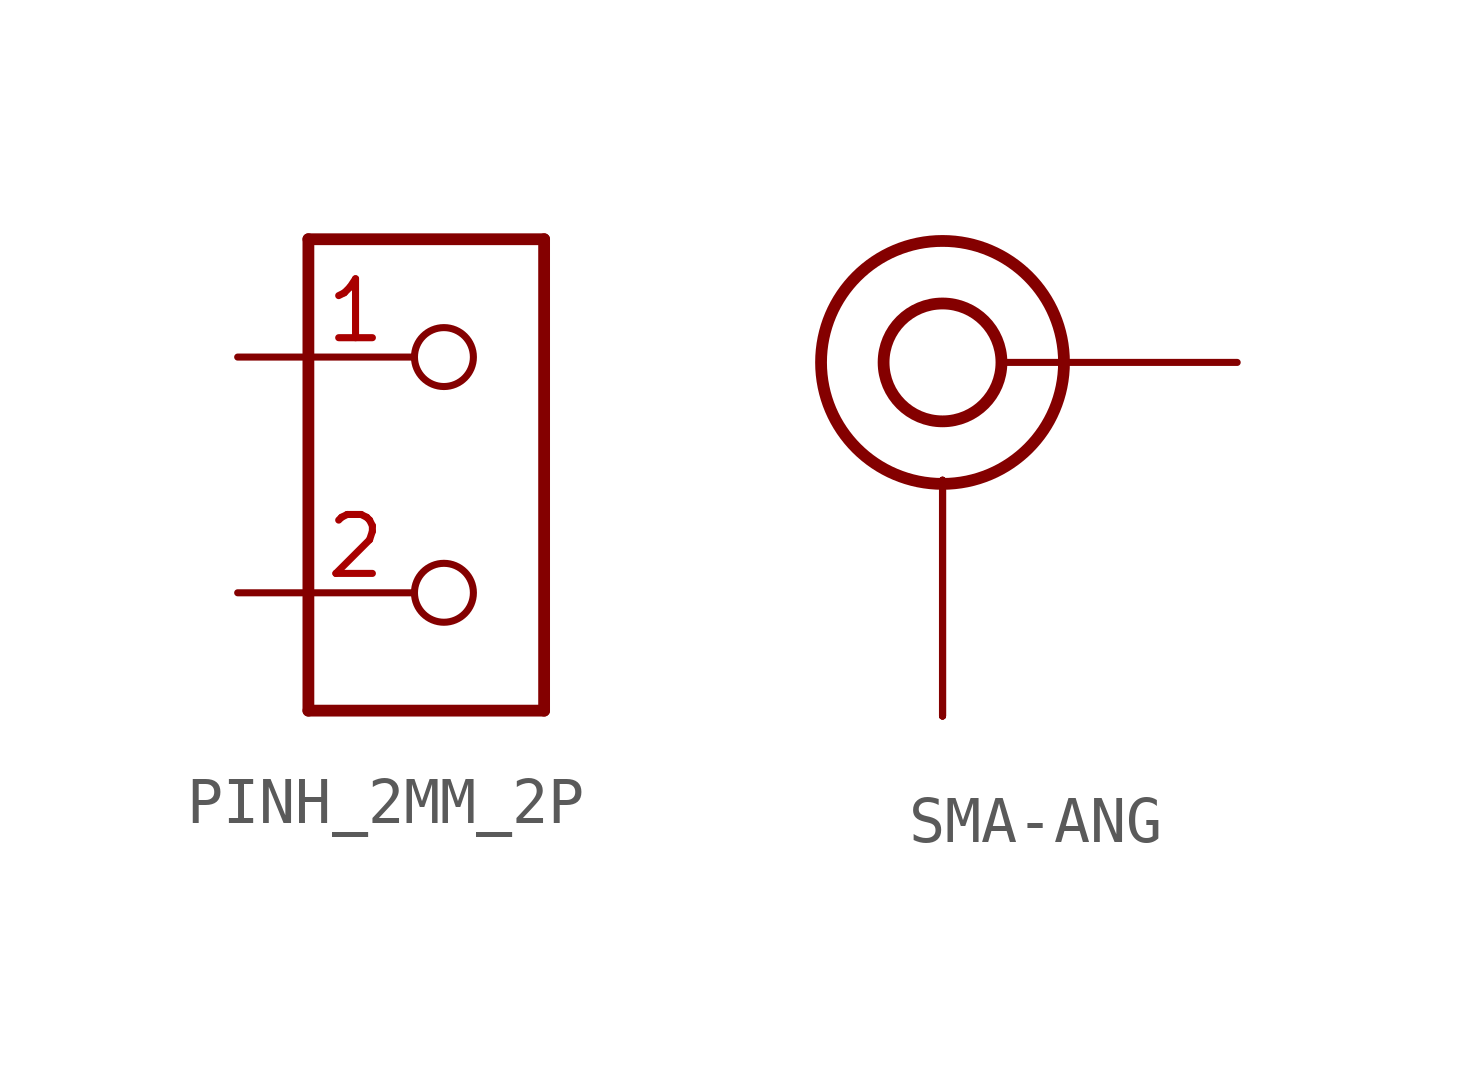
<source format=kicad_sym>
(kicad_symbol_lib
  (version 20231120)
  (generator "kicad_symbol_editor")
  (generator_version "8.0")
  (symbol "PINH_2MM_2P"
    (property "Reference" ""
      (at -3.81 7.62 0)
      (effects (font (size 1.778 1.511)) (justify left bottom) (hide yes)))
    (property "ki_locked" ""
      (at 0 0 0)
      (effects (font (size 1.27 1.27))))
    (symbol "PINH_2MM_2P_1_0"
      (polyline (pts (xy -2.54 -5.08) (xy -2.54 5.08)) (stroke (width 0.254) (type solid)) (fill (type none)))
      (polyline (pts (xy -2.54 5.08) (xy 2.54 5.08)) (stroke (width 0.254) (type solid)) (fill (type none)))
      (polyline (pts (xy 2.54 -5.08) (xy -2.54 -5.08)) (stroke (width 0.254) (type solid)) (fill (type none)))
      (polyline (pts (xy 2.54 5.08) (xy 2.54 -5.08)) (stroke (width 0.254) (type solid)) (fill (type none)))
      (pin bidirectional inverted (at -4.064 2.54 0) (length 5.08) (name "P1" (effects (font (size 0 0)))) (number "1" (effects (font (size 1.27 1.27)))))
      (pin bidirectional inverted (at -4.064 -2.54 0) (length 5.08) (name "P2" (effects (font (size 0 0)))) (number "2" (effects (font (size 1.27 1.27)))))))
  (symbol "SMA-ANG"
    (property "Reference" ""
      (at -3.81 3.81 0)
      (effects (font (size 1.778 1.511)) (justify left bottom) (hide yes)))
    (property "ki_locked" ""
      (at 0 0 0)
      (effects (font (size 1.27 1.27))))
    (symbol "SMA-ANG_1_0"
      (circle (center 0 0) (radius 1.27) (stroke (width 0.254) (type solid)) (fill (type none)))
      (circle (center 0 0) (radius 2.618) (stroke (width 0.254) (type solid)) (fill (type none)))
      (pin passive line (at 6.35 0 180) (length 5.08) (name "RF" (effects (font (size 0 0)))) (number "P1" (effects (font (size 0 0)))))
      (pin passive line (at 0 -7.62 90) (length 5.08) (name "GND" (effects (font (size 0 0)))) (number "P2" (effects (font (size 0 0)))))
      (pin passive line (at 0 -7.62 90) (length 5.08) (name "GND" (effects (font (size 0 0)))) (number "P3" (effects (font (size 0 0)))))
      (pin passive line (at 0 -7.62 90) (length 5.08) (name "GND" (effects (font (size 0 0)))) (number "P4" (effects (font (size 0 0)))))
      (pin passive line (at 0 -7.62 90) (length 5.08) (name "GND" (effects (font (size 0 0)))) (number "P5" (effects (font (size 0 0))))))))
</source>
